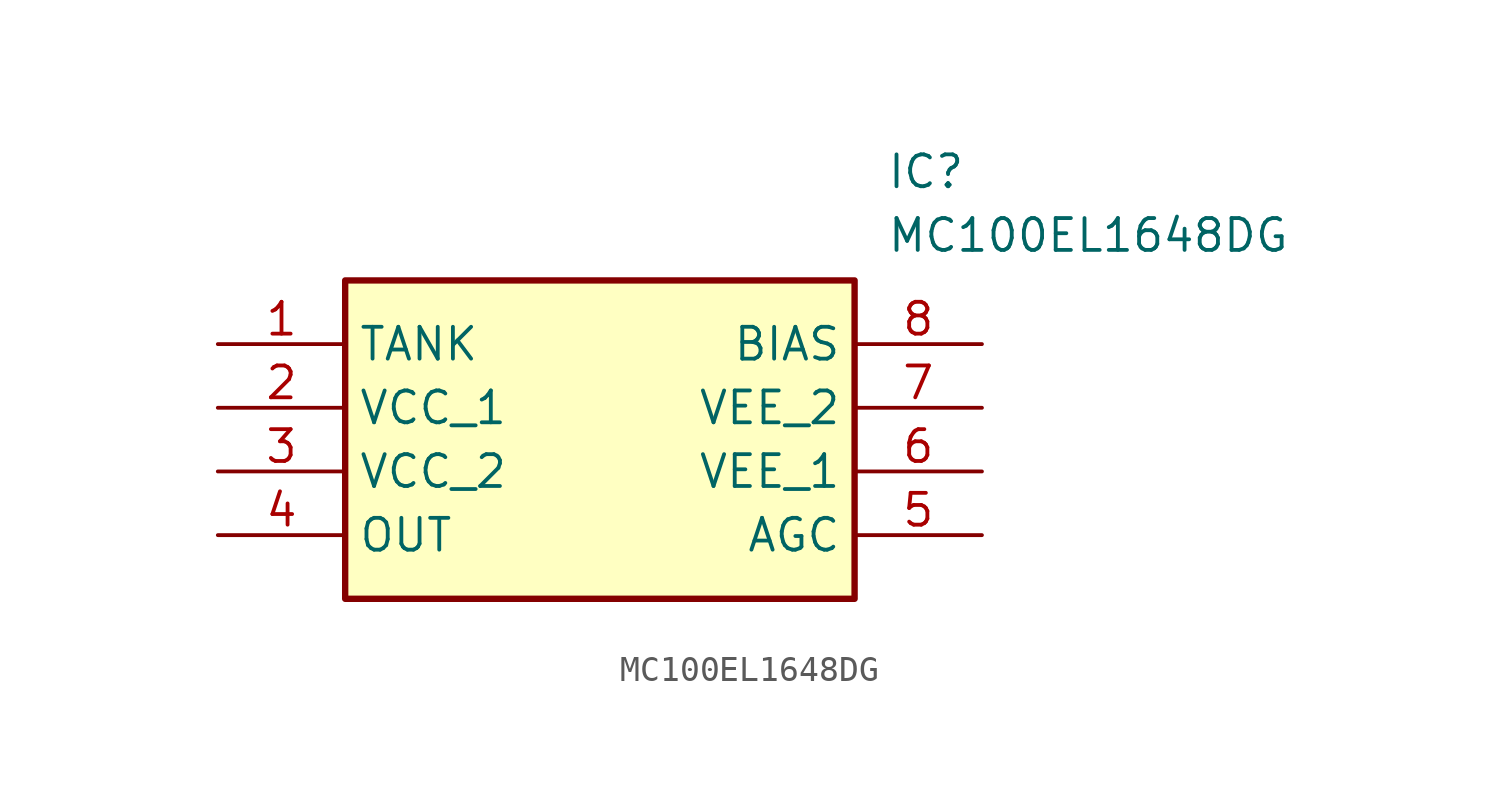
<source format=kicad_sym>
(kicad_symbol_lib
  (version 20211014)
  (generator SamacSys_ECAD_Model)
  (symbol "MC100EL1648DG"
    (property "Reference" "IC"
      (at 26.67 7.62 0)
      (effects (font (size 1.27 1.27)) (justify left top)))
    (property "Value" "MC100EL1648DG"
      (at 26.67 5.08 0)
      (effects (font (size 1.27 1.27)) (justify left top)))
    (rectangle
      (start 5.08 2.54)
      (end 25.4 -10.16)
      (stroke (width 0.254) (type default))
      (fill (type background)))
    (pin passive line
      (at 0 0 0)
      (length 5.08)
      (name "TANK" (effects (font (size 1.27 1.27))))
      (number "1" (effects (font (size 1.27 1.27)))))
    (pin power_in line
      (at 0 -2.54 0)
      (length 5.08)
      (name "VCC_1" (effects (font (size 1.27 1.27))))
      (number "2" (effects (font (size 1.27 1.27)))))
    (pin power_in line
      (at 0 -5.08 0)
      (length 5.08)
      (name "VCC_2" (effects (font (size 1.27 1.27))))
      (number "3" (effects (font (size 1.27 1.27)))))
    (pin output line
      (at 0 -7.62 0)
      (length 5.08)
      (name "OUT" (effects (font (size 1.27 1.27))))
      (number "4" (effects (font (size 1.27 1.27)))))
    (pin passive line
      (at 30.48 0 180)
      (length 5.08)
      (name "BIAS" (effects (font (size 1.27 1.27))))
      (number "8" (effects (font (size 1.27 1.27)))))
    (pin passive line
      (at 30.48 -2.54 180)
      (length 5.08)
      (name "VEE_2" (effects (font (size 1.27 1.27))))
      (number "7" (effects (font (size 1.27 1.27)))))
    (pin passive line
      (at 30.48 -5.08 180)
      (length 5.08)
      (name "VEE_1" (effects (font (size 1.27 1.27))))
      (number "6" (effects (font (size 1.27 1.27)))))
    (pin passive line
      (at 30.48 -7.62 180)
      (length 5.08)
      (name "AGC" (effects (font (size 1.27 1.27))))
      (number "5" (effects (font (size 1.27 1.27)))))))
</source>
